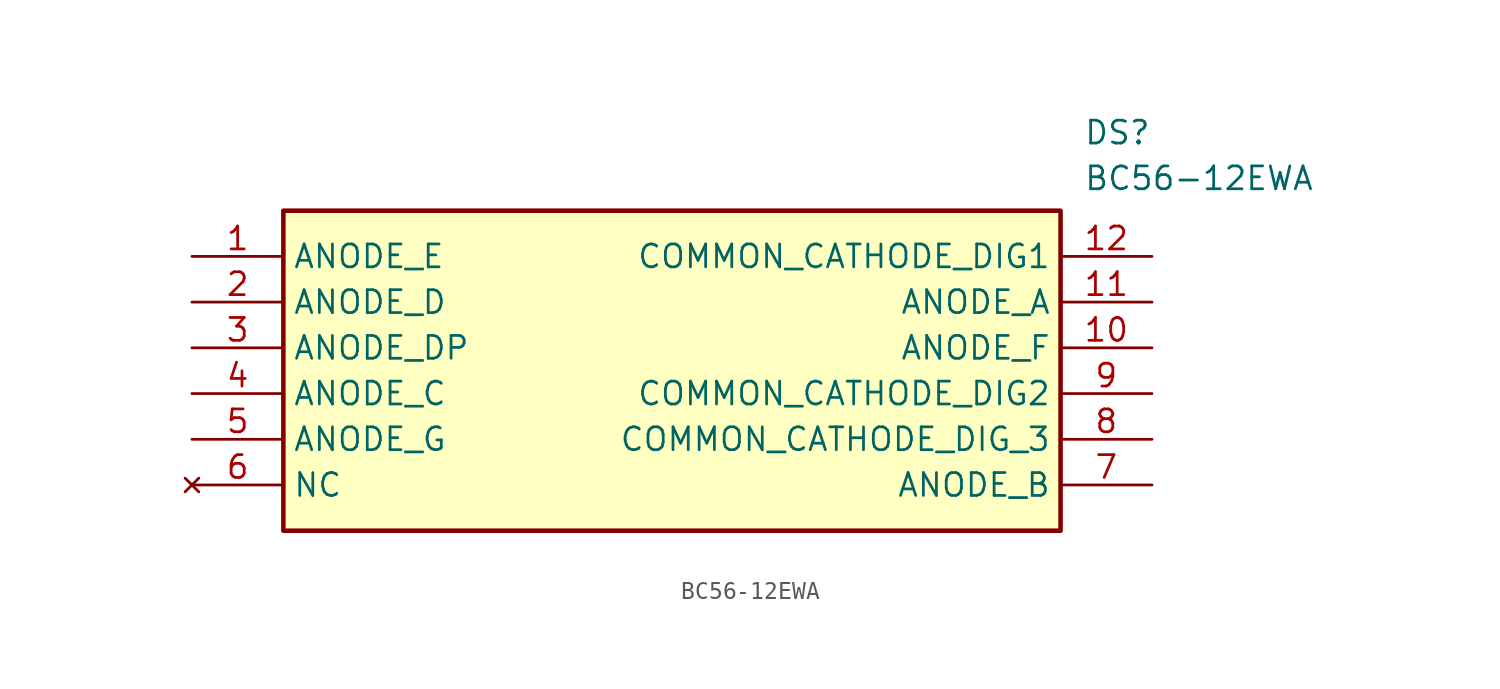
<source format=kicad_sym>
(kicad_symbol_lib
  (version 20211014)
  (generator SamacSys_ECAD_Model)
  (symbol "BC56-12EWA"
    (property "Reference" "DS"
      (at 49.53 7.62 0)
      (effects (font (size 1.27 1.27)) (justify left top)))
    (property "Value" "BC56-12EWA"
      (at 49.53 5.08 0)
      (effects (font (size 1.27 1.27)) (justify left top)))
    (rectangle
      (start 5.08 2.54)
      (end 48.26 -15.24)
      (stroke (width 0.254) (type default))
      (fill (type background)))
    (pin passive line
      (at 0 0 0)
      (length 5.08)
      (name "ANODE_E" (effects (font (size 1.27 1.27))))
      (number "1" (effects (font (size 1.27 1.27)))))
    (pin passive line
      (at 0 -2.54 0)
      (length 5.08)
      (name "ANODE_D" (effects (font (size 1.27 1.27))))
      (number "2" (effects (font (size 1.27 1.27)))))
    (pin passive line
      (at 0 -5.08 0)
      (length 5.08)
      (name "ANODE_DP" (effects (font (size 1.27 1.27))))
      (number "3" (effects (font (size 1.27 1.27)))))
    (pin passive line
      (at 0 -7.62 0)
      (length 5.08)
      (name "ANODE_C" (effects (font (size 1.27 1.27))))
      (number "4" (effects (font (size 1.27 1.27)))))
    (pin passive line
      (at 0 -10.16 0)
      (length 5.08)
      (name "ANODE_G" (effects (font (size 1.27 1.27))))
      (number "5" (effects (font (size 1.27 1.27)))))
    (pin no_connect line
      (at 0 -12.7 0)
      (length 5.08)
      (name "NC" (effects (font (size 1.27 1.27))))
      (number "6" (effects (font (size 1.27 1.27)))))
    (pin passive line
      (at 53.34 0 180)
      (length 5.08)
      (name "COMMON_CATHODE_DIG1" (effects (font (size 1.27 1.27))))
      (number "12" (effects (font (size 1.27 1.27)))))
    (pin passive line
      (at 53.34 -2.54 180)
      (length 5.08)
      (name "ANODE_A" (effects (font (size 1.27 1.27))))
      (number "11" (effects (font (size 1.27 1.27)))))
    (pin passive line
      (at 53.34 -5.08 180)
      (length 5.08)
      (name "ANODE_F" (effects (font (size 1.27 1.27))))
      (number "10" (effects (font (size 1.27 1.27)))))
    (pin passive line
      (at 53.34 -7.62 180)
      (length 5.08)
      (name "COMMON_CATHODE_DIG2" (effects (font (size 1.27 1.27))))
      (number "9" (effects (font (size 1.27 1.27)))))
    (pin passive line
      (at 53.34 -10.16 180)
      (length 5.08)
      (name "COMMON_CATHODE_DIG_3" (effects (font (size 1.27 1.27))))
      (number "8" (effects (font (size 1.27 1.27)))))
    (pin passive line
      (at 53.34 -12.7 180)
      (length 5.08)
      (name "ANODE_B" (effects (font (size 1.27 1.27))))
      (number "7" (effects (font (size 1.27 1.27)))))))
</source>
